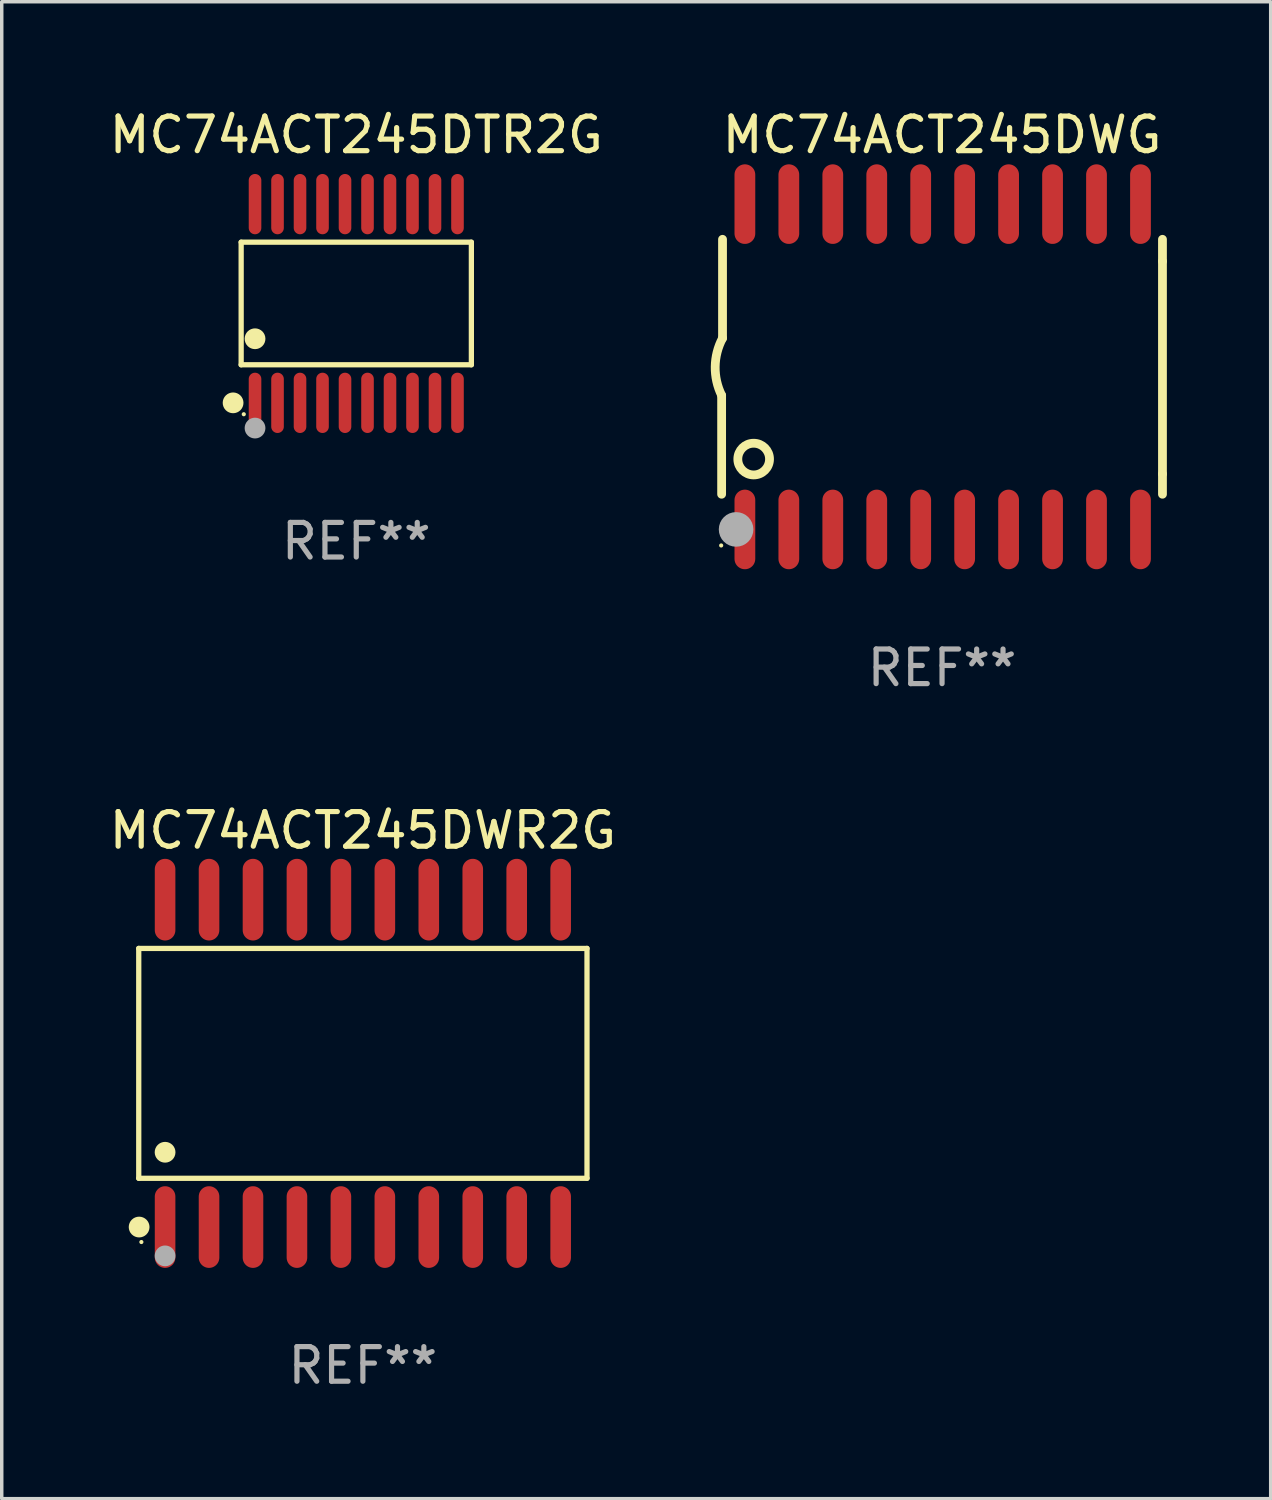
<source format=kicad_pcb>
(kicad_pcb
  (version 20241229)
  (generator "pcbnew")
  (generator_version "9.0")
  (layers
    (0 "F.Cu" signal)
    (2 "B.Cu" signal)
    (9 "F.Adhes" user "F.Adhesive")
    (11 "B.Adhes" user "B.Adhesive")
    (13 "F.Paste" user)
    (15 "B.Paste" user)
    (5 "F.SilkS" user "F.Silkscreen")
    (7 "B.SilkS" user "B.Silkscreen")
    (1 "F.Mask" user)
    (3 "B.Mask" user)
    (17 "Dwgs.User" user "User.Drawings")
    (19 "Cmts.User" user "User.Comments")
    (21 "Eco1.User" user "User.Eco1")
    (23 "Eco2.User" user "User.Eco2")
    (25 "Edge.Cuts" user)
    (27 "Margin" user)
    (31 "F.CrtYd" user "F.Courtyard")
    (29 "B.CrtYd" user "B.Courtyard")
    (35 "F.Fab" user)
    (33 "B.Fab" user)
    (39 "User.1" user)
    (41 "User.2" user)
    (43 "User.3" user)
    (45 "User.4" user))
  (footprint "MC74ACT245DWG"
    (layer "F.Cu")
    (at 24.17 7.548)
    (property "Reference" "MC74ACT245DWG" (at 0 -6.7 0) (layer "F.SilkS") (effects (font (size 1 1) (thickness 0.15))))
    (attr through_hole)
    (fp_line (start -6.369 0.826) (end -6.369 3.683) (stroke (width 0.254) (type solid)) (layer "F.SilkS"))
    (fp_line (start -6.343 -0.825) (end -6.343 -3.683) (stroke (width 0.254) (type solid)) (layer "F.SilkS"))
    (fp_line (start 6.369 -3.048) (end 6.369 -3.683) (stroke (width 0.254) (type solid)) (layer "F.SilkS"))
    (fp_line (start 6.369 -3.048) (end 6.369 3.096) (stroke (width 0.254) (type solid)) (layer "F.SilkS"))
    (fp_line (start 6.369 3.096) (end 6.369 3.683) (stroke (width 0.254) (type solid)) (layer "F.SilkS"))
    (fp_arc (start -6.36853 0.825552) (mid -6.554743 -0.00301) (end -6.343129 -0.825451) (stroke (width 0.254001) (type solid)) (layer "F.SilkS"))
    (fp_circle (center -6.382 5.163) (end -6.352 5.163) (stroke (width 0.06) (type solid)) (fill no) (layer "F.SilkS"))
    (fp_circle (center -5.443 2.667) (end -4.985 2.667) (stroke (width 0.254) (type solid)) (fill no) (layer "F.SilkS"))
    (fp_circle (center -5.951 4.699) (end -5.701 4.699) (stroke (width 0.5) (type solid)) (fill no) (layer "F.Fab"))
    (fp_text user "REF**" (at 0 8.7 0) (layer "F.Fab") (effects (font (size 1 1) (thickness 0.15))))
    (pad "1" smd oval (at -5.697 4.7 180) (size 0.6 2.3) (layers "F.Cu" "F.Mask" "F.Paste"))
    (pad "2" smd oval (at -4.427 4.7 180) (size 0.6 2.3) (layers "F.Cu" "F.Mask" "F.Paste"))
    (pad "3" smd oval (at -3.157 4.7 180) (size 0.6 2.3) (layers "F.Cu" "F.Mask" "F.Paste"))
    (pad "4" smd oval (at -1.887 4.7 180) (size 0.6 2.3) (layers "F.Cu" "F.Mask" "F.Paste"))
    (pad "5" smd oval (at -0.617 4.7 180) (size 0.6 2.3) (layers "F.Cu" "F.Mask" "F.Paste"))
    (pad "6" smd oval (at 0.653 4.7 180) (size 0.6 2.3) (layers "F.Cu" "F.Mask" "F.Paste"))
    (pad "7" smd oval (at 1.923 4.7 180) (size 0.6 2.3) (layers "F.Cu" "F.Mask" "F.Paste"))
    (pad "8" smd oval (at 3.193 4.7 180) (size 0.6 2.3) (layers "F.Cu" "F.Mask" "F.Paste"))
    (pad "9" smd oval (at 4.463 4.7 180) (size 0.6 2.3) (layers "F.Cu" "F.Mask" "F.Paste"))
    (pad "10" smd oval (at 5.734 4.7 180) (size 0.6 2.3) (layers "F.Cu" "F.Mask" "F.Paste"))
    (pad "11" smd oval (at 5.734 -4.7 180) (size 0.6 2.3) (layers "F.Cu" "F.Mask" "F.Paste"))
    (pad "12" smd oval (at 4.463 -4.7 180) (size 0.6 2.3) (layers "F.Cu" "F.Mask" "F.Paste"))
    (pad "13" smd oval (at 3.193 -4.7 180) (size 0.6 2.3) (layers "F.Cu" "F.Mask" "F.Paste"))
    (pad "14" smd oval (at 1.923 -4.7 180) (size 0.6 2.3) (layers "F.Cu" "F.Mask" "F.Paste"))
    (pad "15" smd oval (at 0.653 -4.7 180) (size 0.6 2.3) (layers "F.Cu" "F.Mask" "F.Paste"))
    (pad "16" smd oval (at -0.617 -4.7 180) (size 0.6 2.3) (layers "F.Cu" "F.Mask" "F.Paste"))
    (pad "17" smd oval (at -1.887 -4.7 180) (size 0.6 2.3) (layers "F.Cu" "F.Mask" "F.Paste"))
    (pad "18" smd oval (at -3.157 -4.7 180) (size 0.6 2.3) (layers "F.Cu" "F.Mask" "F.Paste"))
    (pad "19" smd oval (at -4.427 -4.7 180) (size 0.6 2.3) (layers "F.Cu" "F.Mask" "F.Paste"))
    (pad "20" smd oval (at -5.697 -4.7 180) (size 0.6 2.3) (layers "F.Cu" "F.Mask" "F.Paste")))
  (footprint "MC74ACT245DWR2G"
    (layer "F.Cu")
    (at 7.435 27.675)
    (property "Reference" "MC74ACT245DWR2G" (at 0 -6.73 0) (layer "F.SilkS") (effects (font (size 1 1) (thickness 0.15))))
    (attr through_hole)
    (fp_line (start -6.476 -3.321) (end 6.476 -3.321) (stroke (width 0.152) (type solid)) (layer "F.SilkS"))
    (fp_line (start -6.476 3.321) (end -6.476 -3.321) (stroke (width 0.152) (type solid)) (layer "F.SilkS"))
    (fp_line (start 6.476 -3.321) (end 6.476 3.321) (stroke (width 0.152) (type solid)) (layer "F.SilkS"))
    (fp_line (start 6.476 3.321) (end -6.476 3.321) (stroke (width 0.152) (type solid)) (layer "F.SilkS"))
    (fp_circle (center -6.465 4.73) (end -6.315 4.73) (stroke (width 0.3) (type solid)) (fill no) (layer "F.SilkS"))
    (fp_circle (center -6.4 5.163) (end -6.37 5.163) (stroke (width 0.06) (type solid)) (fill no) (layer "F.SilkS"))
    (fp_circle (center -5.715 2.569) (end -5.565 2.569) (stroke (width 0.3) (type solid)) (fill no) (layer "F.SilkS"))
    (fp_circle (center -5.715 5.563) (end -5.565 5.563) (stroke (width 0.3) (type solid)) (fill no) (layer "F.Fab"))
    (fp_text user "REF**" (at 0 8.73 0) (layer "F.Fab") (effects (font (size 1 1) (thickness 0.15))))
    (pad "1" smd oval (at -5.715 4.73) (size 0.595 2.36) (layers "F.Cu" "F.Mask" "F.Paste"))
    (pad "2" smd oval (at -4.445 4.73) (size 0.595 2.36) (layers "F.Cu" "F.Mask" "F.Paste"))
    (pad "3" smd oval (at -3.175 4.73) (size 0.595 2.36) (layers "F.Cu" "F.Mask" "F.Paste"))
    (pad "4" smd oval (at -1.905 4.73) (size 0.595 2.36) (layers "F.Cu" "F.Mask" "F.Paste"))
    (pad "5" smd oval (at -0.635 4.73) (size 0.595 2.36) (layers "F.Cu" "F.Mask" "F.Paste"))
    (pad "6" smd oval (at 0.635 4.73) (size 0.595 2.36) (layers "F.Cu" "F.Mask" "F.Paste"))
    (pad "7" smd oval (at 1.905 4.73) (size 0.595 2.36) (layers "F.Cu" "F.Mask" "F.Paste"))
    (pad "8" smd oval (at 3.175 4.73) (size 0.595 2.36) (layers "F.Cu" "F.Mask" "F.Paste"))
    (pad "9" smd oval (at 4.445 4.73) (size 0.595 2.36) (layers "F.Cu" "F.Mask" "F.Paste"))
    (pad "10" smd oval (at 5.715 4.73) (size 0.595 2.36) (layers "F.Cu" "F.Mask" "F.Paste"))
    (pad "11" smd oval (at 5.715 -4.73) (size 0.595 2.36) (layers "F.Cu" "F.Mask" "F.Paste"))
    (pad "12" smd oval (at 4.445 -4.73) (size 0.595 2.36) (layers "F.Cu" "F.Mask" "F.Paste"))
    (pad "13" smd oval (at 3.175 -4.73) (size 0.595 2.36) (layers "F.Cu" "F.Mask" "F.Paste"))
    (pad "14" smd oval (at 1.905 -4.73) (size 0.595 2.36) (layers "F.Cu" "F.Mask" "F.Paste"))
    (pad "15" smd oval (at 0.635 -4.73) (size 0.595 2.36) (layers "F.Cu" "F.Mask" "F.Paste"))
    (pad "16" smd oval (at -0.635 -4.73) (size 0.595 2.36) (layers "F.Cu" "F.Mask" "F.Paste"))
    (pad "17" smd oval (at -1.905 -4.73) (size 0.595 2.36) (layers "F.Cu" "F.Mask" "F.Paste"))
    (pad "18" smd oval (at -3.175 -4.73) (size 0.595 2.36) (layers "F.Cu" "F.Mask" "F.Paste"))
    (pad "19" smd oval (at -4.445 -4.73) (size 0.595 2.36) (layers "F.Cu" "F.Mask" "F.Paste"))
    (pad "20" smd oval (at -5.715 -4.73) (size 0.595 2.36) (layers "F.Cu" "F.Mask" "F.Paste")))
  (footprint "MC74ACT245DTR2G"
    (layer "F.Cu")
    (at 7.244 5.719)
    (property "Reference" "MC74ACT245DTR2G" (at 0 -4.871 0) (layer "F.SilkS") (effects (font (size 1 1) (thickness 0.15))))
    (attr through_hole)
    (fp_line (start -3.326 -1.771) (end 3.326 -1.771) (stroke (width 0.152) (type solid)) (layer "F.SilkS"))
    (fp_line (start -3.326 1.771) (end -3.326 -1.771) (stroke (width 0.152) (type solid)) (layer "F.SilkS"))
    (fp_line (start 3.326 -1.771) (end 3.326 1.771) (stroke (width 0.152) (type solid)) (layer "F.SilkS"))
    (fp_line (start 3.326 1.771) (end -3.326 1.771) (stroke (width 0.152) (type solid)) (layer "F.SilkS"))
    (fp_circle (center -3.559 2.871) (end -3.409 2.871) (stroke (width 0.3) (type solid)) (fill no) (layer "F.SilkS"))
    (fp_circle (center -3.25 3.2) (end -3.22 3.2) (stroke (width 0.06) (type solid)) (fill no) (layer "F.SilkS"))
    (fp_circle (center -2.925 1.019) (end -2.775 1.019) (stroke (width 0.3) (type solid)) (fill no) (layer "F.SilkS"))
    (fp_circle (center -2.925 3.6) (end -2.775 3.6) (stroke (width 0.3) (type solid)) (fill no) (layer "F.Fab"))
    (fp_text user "REF**" (at 0 6.871 0) (layer "F.Fab") (effects (font (size 1 1) (thickness 0.15))))
    (pad "1" smd oval (at -2.925 2.871) (size 0.364 1.742) (layers "F.Cu" "F.Mask" "F.Paste"))
    (pad "2" smd oval (at -2.275 2.871) (size 0.364 1.742) (layers "F.Cu" "F.Mask" "F.Paste"))
    (pad "3" smd oval (at -1.625 2.871) (size 0.364 1.742) (layers "F.Cu" "F.Mask" "F.Paste"))
    (pad "4" smd oval (at -0.975 2.871) (size 0.364 1.742) (layers "F.Cu" "F.Mask" "F.Paste"))
    (pad "5" smd oval (at -0.325 2.871) (size 0.364 1.742) (layers "F.Cu" "F.Mask" "F.Paste"))
    (pad "6" smd oval (at 0.325 2.871) (size 0.364 1.742) (layers "F.Cu" "F.Mask" "F.Paste"))
    (pad "7" smd oval (at 0.975 2.871) (size 0.364 1.742) (layers "F.Cu" "F.Mask" "F.Paste"))
    (pad "8" smd oval (at 1.625 2.871) (size 0.364 1.742) (layers "F.Cu" "F.Mask" "F.Paste"))
    (pad "9" smd oval (at 2.275 2.871) (size 0.364 1.742) (layers "F.Cu" "F.Mask" "F.Paste"))
    (pad "10" smd oval (at 2.925 2.871) (size 0.364 1.742) (layers "F.Cu" "F.Mask" "F.Paste"))
    (pad "11" smd oval (at 2.925 -2.871) (size 0.364 1.742) (layers "F.Cu" "F.Mask" "F.Paste"))
    (pad "12" smd oval (at 2.275 -2.871) (size 0.364 1.742) (layers "F.Cu" "F.Mask" "F.Paste"))
    (pad "13" smd oval (at 1.625 -2.871) (size 0.364 1.742) (layers "F.Cu" "F.Mask" "F.Paste"))
    (pad "14" smd oval (at 0.975 -2.871) (size 0.364 1.742) (layers "F.Cu" "F.Mask" "F.Paste"))
    (pad "15" smd oval (at 0.325 -2.871) (size 0.364 1.742) (layers "F.Cu" "F.Mask" "F.Paste"))
    (pad "16" smd oval (at -0.325 -2.871) (size 0.364 1.742) (layers "F.Cu" "F.Mask" "F.Paste"))
    (pad "17" smd oval (at -0.975 -2.871) (size 0.364 1.742) (layers "F.Cu" "F.Mask" "F.Paste"))
    (pad "18" smd oval (at -1.625 -2.871) (size 0.364 1.742) (layers "F.Cu" "F.Mask" "F.Paste"))
    (pad "19" smd oval (at -2.275 -2.871) (size 0.364 1.742) (layers "F.Cu" "F.Mask" "F.Paste"))
    (pad "20" smd oval (at -2.925 -2.871) (size 0.364 1.742) (layers "F.Cu" "F.Mask" "F.Paste")))
  (gr_rect
    (start -3 -3)
    (end 33.666 40.253)
    (stroke (width 0.1) (type default))
    (fill no)
    (layer "Edge.Cuts")))
</source>
